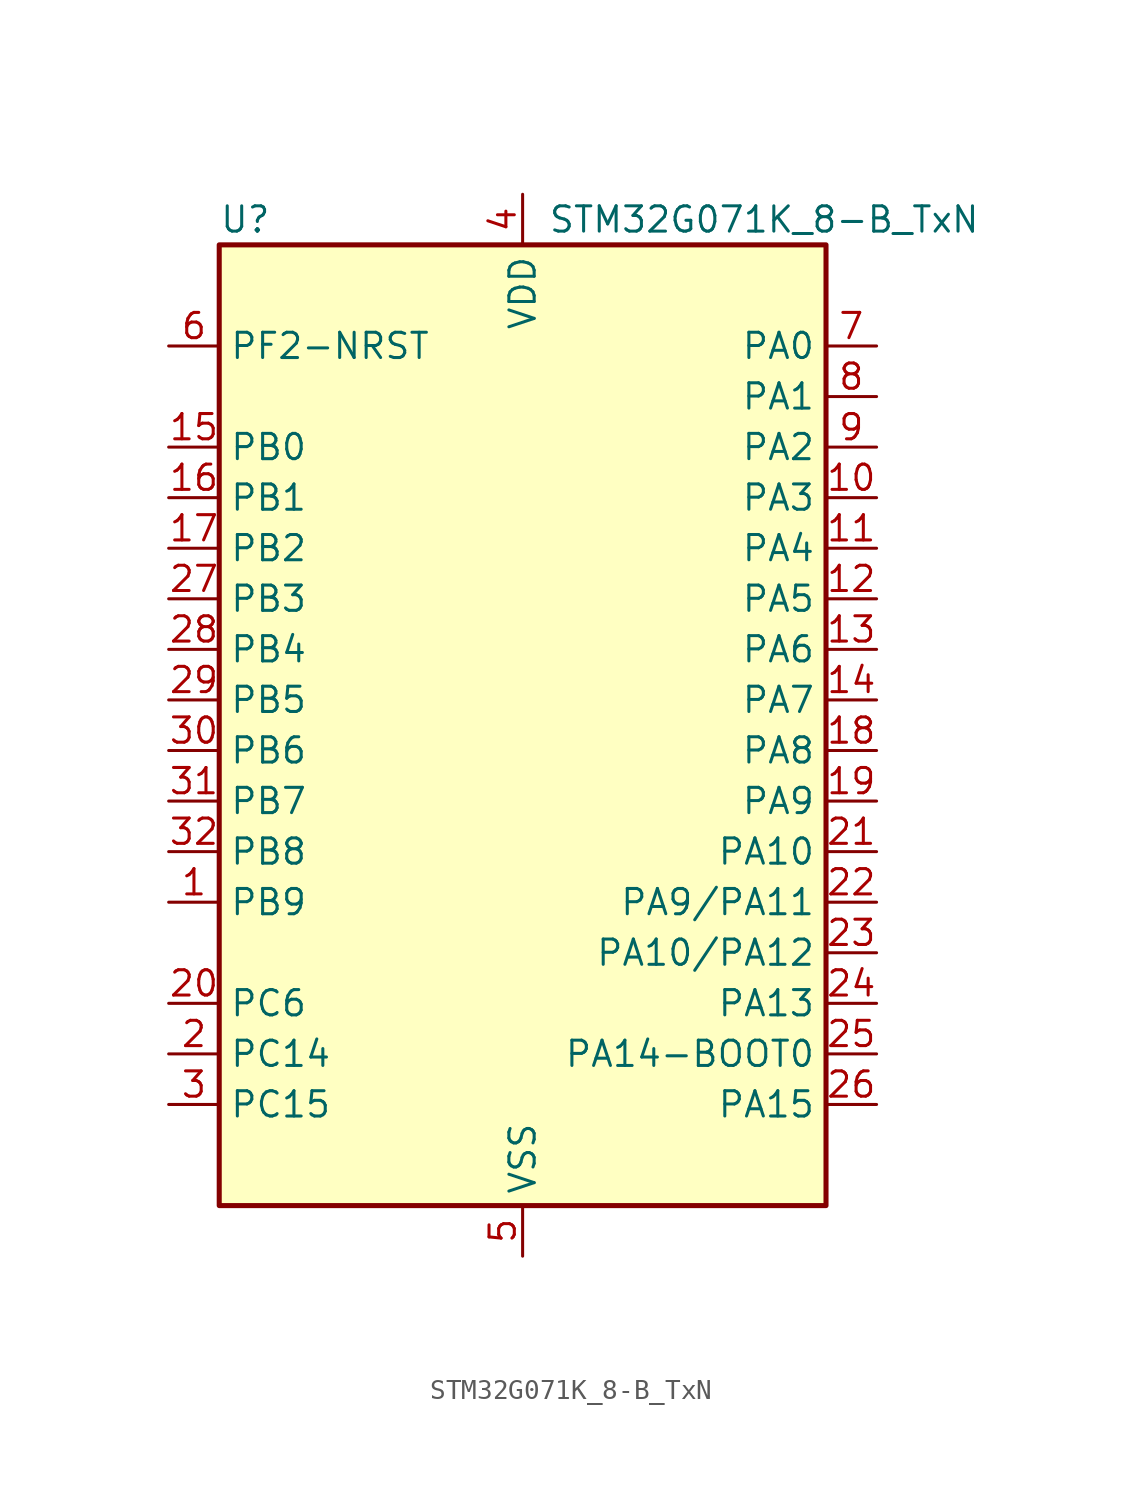
<source format=kicad_sym>
(kicad_symbol_lib
  (version 20241209)
  (generator "kicad_symbol_editor")
  (generator_version "9.0")
  (symbol "STM32G071K_8-B_TxN"
    (property "Reference" "U"
      (at -15.24 25.4 0)
      (effects (font (size 1.27 1.27)) (justify left)))
    (property "Value" "STM32G071K_8-B_TxN"
      (at 1.27 25.4 0)
      (effects (font (size 1.27 1.27)) (justify left)))
    (symbol "STM32G071K_8-B_TxN_0_1"
      (rectangle (start -15.24 24.13) (end 15.24 -24.13) (stroke (width 0.254) (type default)) (fill (type background))))
    (symbol "STM32G071K_8-B_TxN_1_1"
      (pin bidirectional line (at -17.78 19.05 0) (length 2.54) (name "PF2-NRST" (effects (font (size 1.27 1.27)))) (number "6" (effects (font (size 1.27 1.27)))) (alternate "RCC_MCO" bidirectional line))
      (pin bidirectional line (at -17.78 13.97 0) (length 2.54) (name "PB0" (effects (font (size 1.27 1.27)))) (number "15" (effects (font (size 1.27 1.27)))) (alternate "ADC1_IN8" bidirectional line) (alternate "COMP1_OUT" bidirectional line) (alternate "I2S1_WS" bidirectional line) (alternate "LPTIM1_OUT" bidirectional line) (alternate "SPI1_NSS" bidirectional line) (alternate "TIM1_CH2N" bidirectional line) (alternate "TIM3_CH3" bidirectional line) (alternate "UCPD1_FRSTX1" bidirectional line) (alternate "UCPD1_FRSTX2" bidirectional line) (alternate "USART3_RX" bidirectional line))
      (pin bidirectional line (at -17.78 11.43 0) (length 2.54) (name "PB1" (effects (font (size 1.27 1.27)))) (number "16" (effects (font (size 1.27 1.27)))) (alternate "ADC1_IN9" bidirectional line) (alternate "COMP1_INM" bidirectional line) (alternate "LPTIM2_IN1" bidirectional line) (alternate "LPUART1_DE" bidirectional line) (alternate "LPUART1_RTS" bidirectional line) (alternate "TIM14_CH1" bidirectional line) (alternate "TIM1_CH3N" bidirectional line) (alternate "TIM3_CH4" bidirectional line) (alternate "USART3_CK" bidirectional line) (alternate "USART3_DE" bidirectional line) (alternate "USART3_RTS" bidirectional line))
      (pin bidirectional line (at -17.78 8.89 0) (length 2.54) (name "PB2" (effects (font (size 1.27 1.27)))) (number "17" (effects (font (size 1.27 1.27)))) (alternate "RTC_REFIN" bidirectional line) (alternate "SPI2_MOSI" bidirectional line) (alternate "TIM15_CH1N" bidirectional line) (alternate "TIM15_CH2" bidirectional line) (alternate "TIM1_CH3N" bidirectional line) (alternate "UCPD1_CC2" bidirectional line))
      (pin bidirectional line (at -17.78 6.35 0) (length 2.54) (name "PB3" (effects (font (size 1.27 1.27)))) (number "27" (effects (font (size 1.27 1.27)))) (alternate "SPI2_SCK" bidirectional line) (alternate "TIM17_CH1" bidirectional line) (alternate "UCPD2_DBCC1" bidirectional line))
      (pin bidirectional line (at -17.78 3.81 0) (length 2.54) (name "PB4" (effects (font (size 1.27 1.27)))) (number "28" (effects (font (size 1.27 1.27)))) (alternate "TIM1_CH1N" bidirectional line) (alternate "TIM3_ETR" bidirectional line) (alternate "UCPD2_CC2" bidirectional line) (alternate "USART3_CK" bidirectional line) (alternate "USART3_DE" bidirectional line) (alternate "USART3_RTS" bidirectional line))
      (pin bidirectional line (at -17.78 1.27 0) (length 2.54) (name "PB5" (effects (font (size 1.27 1.27)))) (number "29" (effects (font (size 1.27 1.27)))) (alternate "SPI2_MISO" bidirectional line) (alternate "TIM1_CH2N" bidirectional line) (alternate "UCPD2_DBCC2" bidirectional line) (alternate "USART2_CTS" bidirectional line) (alternate "USART2_NSS" bidirectional line))
      (pin bidirectional line (at -17.78 -1.27 0) (length 2.54) (name "PB6" (effects (font (size 1.27 1.27)))) (number "30" (effects (font (size 1.27 1.27)))) (alternate "COMP2_INP" bidirectional line) (alternate "I2C1_SCL" bidirectional line) (alternate "LPTIM1_ETR" bidirectional line) (alternate "SPI2_MISO" bidirectional line) (alternate "TIM16_CH1N" bidirectional line) (alternate "TIM1_CH3" bidirectional line) (alternate "USART1_TX" bidirectional line))
      (pin bidirectional line (at -17.78 -3.81 0) (length 2.54) (name "PB7" (effects (font (size 1.27 1.27)))) (number "31" (effects (font (size 1.27 1.27)))) (alternate "COMP2_INM" bidirectional line) (alternate "I2C1_SDA" bidirectional line) (alternate "LPTIM1_IN2" bidirectional line) (alternate "SPI2_MOSI" bidirectional line) (alternate "SYS_PVD_IN" bidirectional line) (alternate "TIM17_CH1N" bidirectional line) (alternate "USART1_RX" bidirectional line) (alternate "USART4_CTS" bidirectional line) (alternate "USART4_NSS" bidirectional line))
      (pin bidirectional line (at -17.78 -6.35 0) (length 2.54) (name "PB8" (effects (font (size 1.27 1.27)))) (number "32" (effects (font (size 1.27 1.27)))) (alternate "CEC" bidirectional line) (alternate "I2C1_SCL" bidirectional line) (alternate "SPI2_SCK" bidirectional line) (alternate "TIM15_BK" bidirectional line) (alternate "TIM16_CH1" bidirectional line) (alternate "USART3_TX" bidirectional line))
      (pin bidirectional line (at -17.78 -8.89 0) (length 2.54) (name "PB9" (effects (font (size 1.27 1.27)))) (number "1" (effects (font (size 1.27 1.27)))) (alternate "DAC1_EXTI9" bidirectional line) (alternate "I2C1_SDA" bidirectional line) (alternate "IR_OUT" bidirectional line) (alternate "SPI2_NSS" bidirectional line) (alternate "TIM17_CH1" bidirectional line) (alternate "UCPD2_FRSTX1" bidirectional line) (alternate "UCPD2_FRSTX2" bidirectional line) (alternate "USART3_RX" bidirectional line))
      (pin bidirectional line (at -17.78 -13.97 0) (length 2.54) (name "PC6" (effects (font (size 1.27 1.27)))) (number "20" (effects (font (size 1.27 1.27)))) (alternate "TIM2_CH3" bidirectional line) (alternate "TIM3_CH1" bidirectional line) (alternate "UCPD1_FRSTX1" bidirectional line) (alternate "UCPD1_FRSTX2" bidirectional line))
      (pin bidirectional line (at -17.78 -16.51 0) (length 2.54) (name "PC14" (effects (font (size 1.27 1.27)))) (number "2" (effects (font (size 1.27 1.27)))) (alternate "RCC_OSC32_IN" bidirectional line) (alternate "RCC_OSC_IN" bidirectional line) (alternate "TIM1_BK2" bidirectional line))
      (pin bidirectional line (at -17.78 -19.05 0) (length 2.54) (name "PC15" (effects (font (size 1.27 1.27)))) (number "3" (effects (font (size 1.27 1.27)))) (alternate "RCC_OSC32_EN" bidirectional line) (alternate "RCC_OSC32_OUT" bidirectional line) (alternate "RCC_OSC_EN" bidirectional line) (alternate "TIM15_BK" bidirectional line))
      (pin power_in line (at 0 26.67 270) (length 2.54) (name "VDD" (effects (font (size 1.27 1.27)))) (number "4" (effects (font (size 1.27 1.27)))))
      (pin power_in line (at 0 -26.67 90) (length 2.54) (name "VSS" (effects (font (size 1.27 1.27)))) (number "5" (effects (font (size 1.27 1.27)))))
      (pin bidirectional line (at 17.78 19.05 180) (length 2.54) (name "PA0" (effects (font (size 1.27 1.27)))) (number "7" (effects (font (size 1.27 1.27)))) (alternate "ADC1_IN0" bidirectional line) (alternate "COMP1_INM" bidirectional line) (alternate "COMP1_OUT" bidirectional line) (alternate "LPTIM1_OUT" bidirectional line) (alternate "RTC_TAMP_IN2" bidirectional line) (alternate "SPI2_SCK" bidirectional line) (alternate "SYS_WKUP1" bidirectional line) (alternate "TIM2_CH1" bidirectional line) (alternate "TIM2_ETR" bidirectional line) (alternate "UCPD2_FRSTX1" bidirectional line) (alternate "UCPD2_FRSTX2" bidirectional line) (alternate "USART2_CTS" bidirectional line) (alternate "USART2_NSS" bidirectional line) (alternate "USART4_TX" bidirectional line))
      (pin bidirectional line (at 17.78 16.51 180) (length 2.54) (name "PA1" (effects (font (size 1.27 1.27)))) (number "8" (effects (font (size 1.27 1.27)))) (alternate "ADC1_IN1" bidirectional line) (alternate "COMP1_INP" bidirectional line) (alternate "I2C1_SMBA" bidirectional line) (alternate "I2S1_CK" bidirectional line) (alternate "SPI1_SCK" bidirectional line) (alternate "TIM15_CH1N" bidirectional line) (alternate "TIM2_CH2" bidirectional line) (alternate "USART2_CK" bidirectional line) (alternate "USART2_DE" bidirectional line) (alternate "USART2_RTS" bidirectional line) (alternate "USART4_RX" bidirectional line))
      (pin bidirectional line (at 17.78 13.97 180) (length 2.54) (name "PA2" (effects (font (size 1.27 1.27)))) (number "9" (effects (font (size 1.27 1.27)))) (alternate "ADC1_IN2" bidirectional line) (alternate "COMP2_INM" bidirectional line) (alternate "COMP2_OUT" bidirectional line) (alternate "I2S1_SD" bidirectional line) (alternate "LPUART1_TX" bidirectional line) (alternate "RCC_LSCO" bidirectional line) (alternate "SPI1_MOSI" bidirectional line) (alternate "SYS_WKUP4" bidirectional line) (alternate "TIM15_CH1" bidirectional line) (alternate "TIM2_CH3" bidirectional line) (alternate "UCPD1_FRSTX1" bidirectional line) (alternate "UCPD1_FRSTX2" bidirectional line) (alternate "USART2_TX" bidirectional line))
      (pin bidirectional line (at 17.78 11.43 180) (length 2.54) (name "PA3" (effects (font (size 1.27 1.27)))) (number "10" (effects (font (size 1.27 1.27)))) (alternate "ADC1_IN3" bidirectional line) (alternate "COMP2_INP" bidirectional line) (alternate "LPUART1_RX" bidirectional line) (alternate "SPI2_MISO" bidirectional line) (alternate "TIM15_CH2" bidirectional line) (alternate "TIM2_CH4" bidirectional line) (alternate "UCPD2_FRSTX1" bidirectional line) (alternate "UCPD2_FRSTX2" bidirectional line) (alternate "USART2_RX" bidirectional line))
      (pin bidirectional line (at 17.78 8.89 180) (length 2.54) (name "PA4" (effects (font (size 1.27 1.27)))) (number "11" (effects (font (size 1.27 1.27)))) (alternate "ADC1_IN4" bidirectional line) (alternate "DAC1_OUT1" bidirectional line) (alternate "I2S1_WS" bidirectional line) (alternate "LPTIM2_OUT" bidirectional line) (alternate "RTC_OUT_ALARM" bidirectional line) (alternate "RTC_OUT_CALIB" bidirectional line) (alternate "RTC_TAMP_IN1" bidirectional line) (alternate "RTC_TS" bidirectional line) (alternate "SPI1_NSS" bidirectional line) (alternate "SPI2_MOSI" bidirectional line) (alternate "SYS_WKUP2" bidirectional line) (alternate "TIM14_CH1" bidirectional line) (alternate "UCPD2_FRSTX1" bidirectional line) (alternate "UCPD2_FRSTX2" bidirectional line))
      (pin bidirectional line (at 17.78 6.35 180) (length 2.54) (name "PA5" (effects (font (size 1.27 1.27)))) (number "12" (effects (font (size 1.27 1.27)))) (alternate "ADC1_IN5" bidirectional line) (alternate "CEC" bidirectional line) (alternate "DAC1_OUT2" bidirectional line) (alternate "I2S1_CK" bidirectional line) (alternate "LPTIM2_ETR" bidirectional line) (alternate "SPI1_SCK" bidirectional line) (alternate "TIM2_CH1" bidirectional line) (alternate "TIM2_ETR" bidirectional line) (alternate "UCPD1_FRSTX1" bidirectional line) (alternate "UCPD1_FRSTX2" bidirectional line) (alternate "USART3_TX" bidirectional line))
      (pin bidirectional line (at 17.78 3.81 180) (length 2.54) (name "PA6" (effects (font (size 1.27 1.27)))) (number "13" (effects (font (size 1.27 1.27)))) (alternate "ADC1_IN6" bidirectional line) (alternate "COMP1_OUT" bidirectional line) (alternate "I2S1_MCK" bidirectional line) (alternate "LPUART1_CTS" bidirectional line) (alternate "SPI1_MISO" bidirectional line) (alternate "TIM16_CH1" bidirectional line) (alternate "TIM1_BK" bidirectional line) (alternate "TIM3_CH1" bidirectional line) (alternate "USART3_CTS" bidirectional line) (alternate "USART3_NSS" bidirectional line))
      (pin bidirectional line (at 17.78 1.27 180) (length 2.54) (name "PA7" (effects (font (size 1.27 1.27)))) (number "14" (effects (font (size 1.27 1.27)))) (alternate "ADC1_IN7" bidirectional line) (alternate "COMP2_OUT" bidirectional line) (alternate "I2S1_SD" bidirectional line) (alternate "SPI1_MOSI" bidirectional line) (alternate "TIM14_CH1" bidirectional line) (alternate "TIM17_CH1" bidirectional line) (alternate "TIM1_CH1N" bidirectional line) (alternate "TIM3_CH2" bidirectional line) (alternate "UCPD1_FRSTX1" bidirectional line) (alternate "UCPD1_FRSTX2" bidirectional line))
      (pin bidirectional line (at 17.78 -1.27 180) (length 2.54) (name "PA8" (effects (font (size 1.27 1.27)))) (number "18" (effects (font (size 1.27 1.27)))) (alternate "LPTIM2_OUT" bidirectional line) (alternate "RCC_MCO" bidirectional line) (alternate "SPI2_NSS" bidirectional line) (alternate "TIM1_CH1" bidirectional line) (alternate "UCPD1_CC1" bidirectional line))
      (pin bidirectional line (at 17.78 -3.81 180) (length 2.54) (name "PA9" (effects (font (size 1.27 1.27)))) (number "19" (effects (font (size 1.27 1.27)))) (alternate "DAC1_EXTI9 (PA9)" bidirectional line) (alternate "I2C1_SCL (PA9)" bidirectional line) (alternate "PA9" bidirectional line) (alternate "RCC_MCO (PA9)" bidirectional line) (alternate "SPI2_MISO (PA9)" bidirectional line) (alternate "TIM15_BK (PA9)" bidirectional line) (alternate "TIM1_CH2 (PA9)" bidirectional line) (alternate "UCPD1_DBCC1" bidirectional line) (alternate "UCPD1_DBCC1 (PA9)" bidirectional line) (alternate "UCPD1_DBCC1 (UCPD1_DBCC1)" bidirectional line) (alternate "USART1_TX (PA9)" bidirectional line))
      (pin bidirectional line (at 17.78 -6.35 180) (length 2.54) (name "PA10" (effects (font (size 1.27 1.27)))) (number "21" (effects (font (size 1.27 1.27)))) (alternate "I2C1_SDA (PA10)" bidirectional line) (alternate "PA10" bidirectional line) (alternate "SPI2_MOSI (PA10)" bidirectional line) (alternate "TIM17_BK (PA10)" bidirectional line) (alternate "TIM1_CH3 (PA10)" bidirectional line) (alternate "UCPD1_DBCC2" bidirectional line) (alternate "UCPD1_DBCC2 (PA10)" bidirectional line) (alternate "UCPD1_DBCC2 (UCPD1_DBCC2)" bidirectional line) (alternate "USART1_RX (PA10)" bidirectional line))
      (pin bidirectional line (at 17.78 -8.89 180) (length 2.54) (name "PA9/PA11" (effects (font (size 1.27 1.27)))) (number "22" (effects (font (size 1.27 1.27)))) (alternate "ADC1_EXTI11 (PA11)" bidirectional line) (alternate "COMP1_OUT (PA11)" bidirectional line) (alternate "DAC1_EXTI9 (PA9)" bidirectional line) (alternate "I2C1_SCL (PA9)" bidirectional line) (alternate "I2C2_SCL (PA11)" bidirectional line) (alternate "I2S1_MCK (PA11)" bidirectional line) (alternate "PA11" bidirectional line) (alternate "PA9" bidirectional line) (alternate "RCC_MCO (PA9)" bidirectional line) (alternate "SPI1_MISO (PA11)" bidirectional line) (alternate "SPI2_MISO (PA9)" bidirectional line) (alternate "TIM15_BK (PA9)" bidirectional line) (alternate "TIM1_BK2 (PA11)" bidirectional line) (alternate "TIM1_CH2 (PA9)" bidirectional line) (alternate "TIM1_CH4 (PA11)" bidirectional line) (alternate "USART1_CTS (PA11)" bidirectional line) (alternate "USART1_NSS (PA11)" bidirectional line) (alternate "USART1_TX (PA9)" bidirectional line))
      (pin bidirectional line (at 17.78 -11.43 180) (length 2.54) (name "PA10/PA12" (effects (font (size 1.27 1.27)))) (number "23" (effects (font (size 1.27 1.27)))) (alternate "COMP2_OUT (PA12)" bidirectional line) (alternate "I2C1_SDA (PA10)" bidirectional line) (alternate "I2C2_SDA (PA12)" bidirectional line) (alternate "I2S1_SD (PA12)" bidirectional line) (alternate "I2S_CKIN (PA12)" bidirectional line) (alternate "PA10" bidirectional line) (alternate "PA12" bidirectional line) (alternate "SPI1_MOSI (PA12)" bidirectional line) (alternate "SPI2_MOSI (PA10)" bidirectional line) (alternate "TIM17_BK (PA10)" bidirectional line) (alternate "TIM1_CH3 (PA10)" bidirectional line) (alternate "TIM1_ETR (PA12)" bidirectional line) (alternate "USART1_CK (PA12)" bidirectional line) (alternate "USART1_DE (PA12)" bidirectional line) (alternate "USART1_RTS (PA12)" bidirectional line) (alternate "USART1_RX (PA10)" bidirectional line))
      (pin bidirectional line (at 17.78 -13.97 180) (length 2.54) (name "PA13" (effects (font (size 1.27 1.27)))) (number "24" (effects (font (size 1.27 1.27)))) (alternate "IR_OUT" bidirectional line) (alternate "SYS_SWDIO" bidirectional line))
      (pin bidirectional line (at 17.78 -16.51 180) (length 2.54) (name "PA14-BOOT0" (effects (font (size 1.27 1.27)))) (number "25" (effects (font (size 1.27 1.27)))) (alternate "SYS_SWCLK" bidirectional line) (alternate "USART2_TX" bidirectional line))
      (pin bidirectional line (at 17.78 -19.05 180) (length 2.54) (name "PA15" (effects (font (size 1.27 1.27)))) (number "26" (effects (font (size 1.27 1.27)))) (alternate "SPI2_NSS" bidirectional line) (alternate "TIM16_CH1" bidirectional line) (alternate "UCPD2_CC1" bidirectional line)))))
</source>
